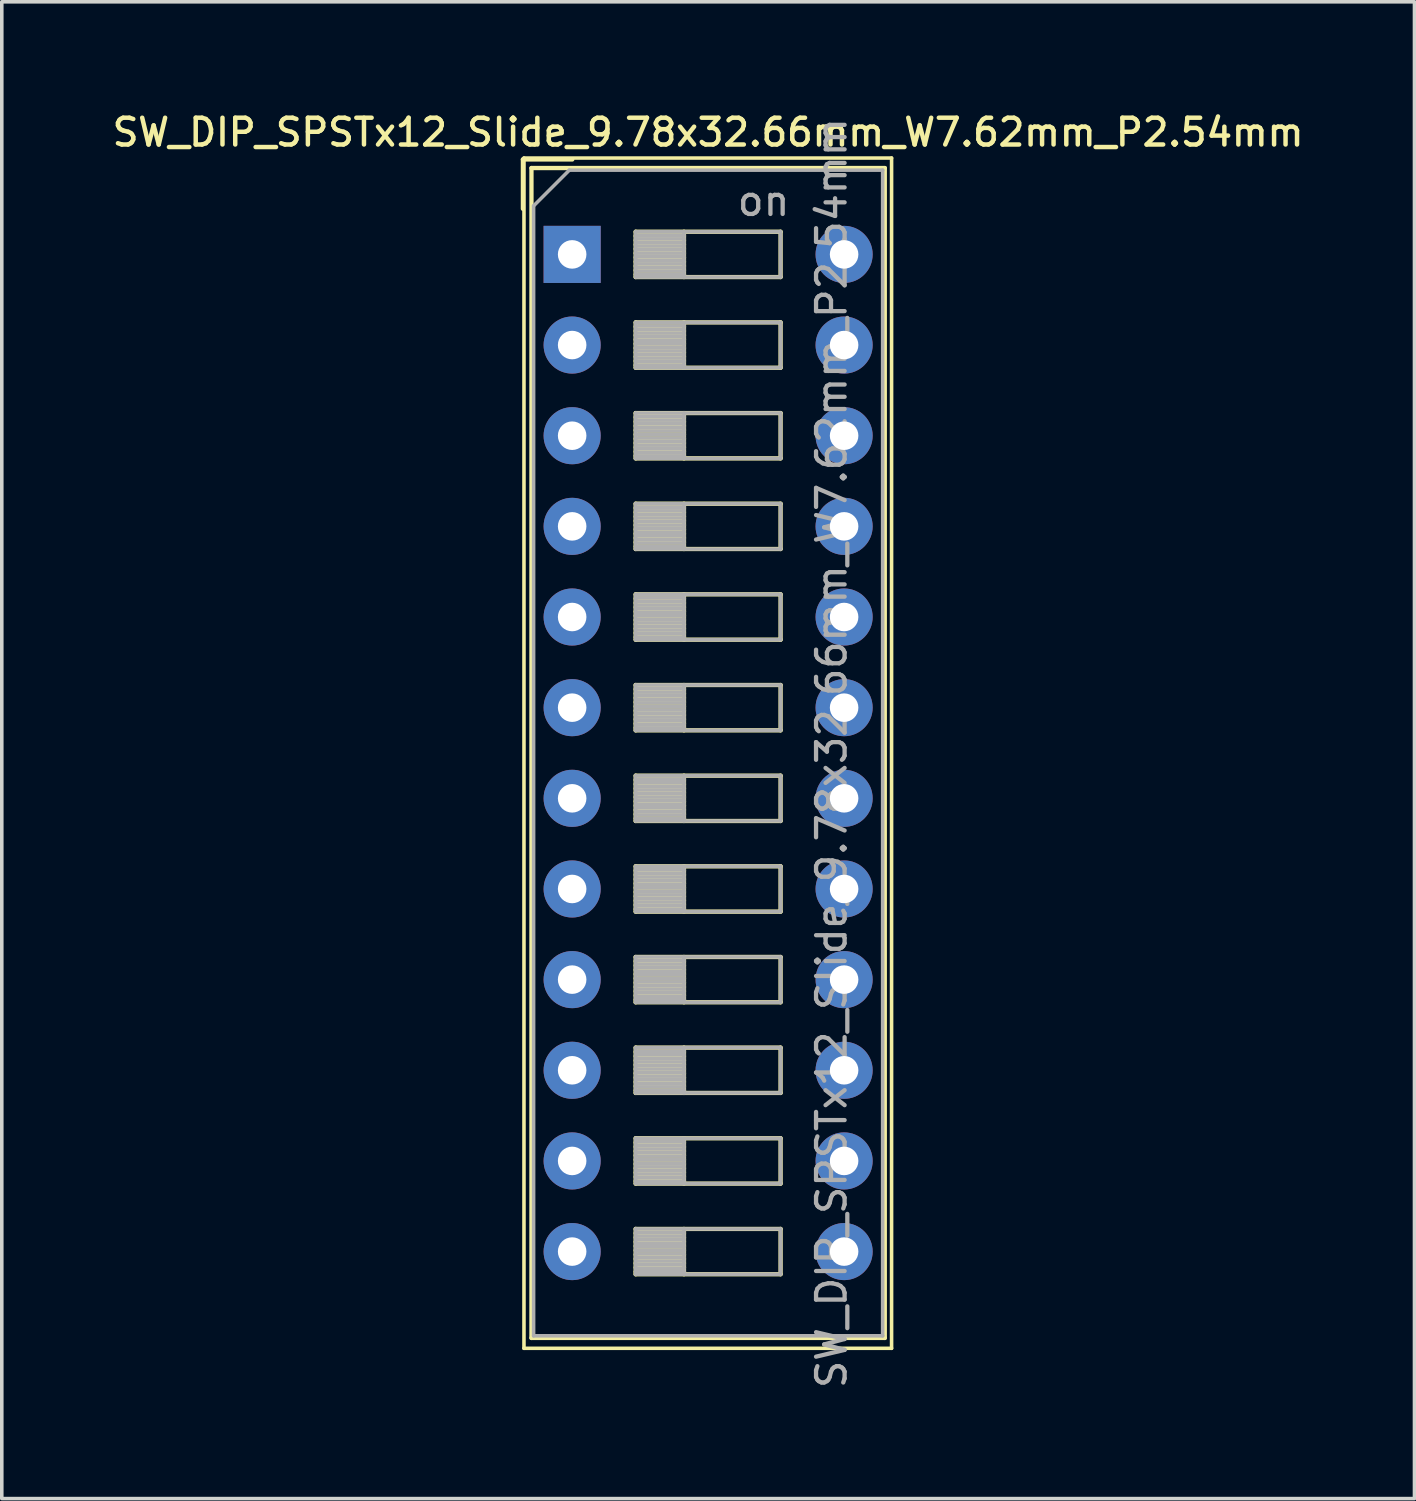
<source format=kicad_pcb>
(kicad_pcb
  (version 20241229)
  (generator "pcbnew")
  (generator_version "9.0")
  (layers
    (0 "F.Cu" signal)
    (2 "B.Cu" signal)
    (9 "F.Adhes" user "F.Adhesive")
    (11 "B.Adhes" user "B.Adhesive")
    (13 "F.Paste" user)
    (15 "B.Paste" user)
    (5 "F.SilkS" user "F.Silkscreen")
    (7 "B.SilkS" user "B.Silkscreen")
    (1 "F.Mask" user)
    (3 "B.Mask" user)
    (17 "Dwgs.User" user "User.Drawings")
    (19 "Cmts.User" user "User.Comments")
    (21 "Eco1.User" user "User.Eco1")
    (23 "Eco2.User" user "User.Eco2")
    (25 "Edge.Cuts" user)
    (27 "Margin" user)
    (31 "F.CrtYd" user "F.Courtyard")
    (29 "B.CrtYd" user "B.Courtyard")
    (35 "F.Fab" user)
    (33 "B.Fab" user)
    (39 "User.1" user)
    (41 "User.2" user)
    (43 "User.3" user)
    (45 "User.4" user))
  (footprint "SW_DIP_SPSTx12_Slide_9.78x32.66mm_W7.62mm_P2.54mm"
    (layer "F.Cu")
    (at 12.981 4.078)
    (property "Reference" "SW_DIP_SPSTx12_Slide_9.78x32.66mm_W7.62mm_P2.54mm" (at 3.81 -3.42 0) (layer "F.SilkS") (effects (font (size 0.75 0.75) (thickness 0.125))))
    (attr through_hole)
    (fp_line (start -1.38 -2.66) (end -1.38 -1.277) (stroke (width 0.12) (type solid)) (layer "F.SilkS"))
    (fp_line (start -1.38 -2.66) (end 0.004 -2.66) (stroke (width 0.12) (type solid)) (layer "F.SilkS"))
    (fp_line (start -1.35 -2.7) (end -1.35 30.65) (stroke (width 0.1) (type solid)) (layer "F.SilkS"))
    (fp_line (start -1.35 30.65) (end 8.95 30.65) (stroke (width 0.1) (type solid)) (layer "F.SilkS"))
    (fp_line (start -1.14 -2.42) (end -1.14 30.36) (stroke (width 0.12) (type solid)) (layer "F.SilkS"))
    (fp_line (start -1.14 -2.42) (end 8.76 -2.42) (stroke (width 0.12) (type solid)) (layer "F.SilkS"))
    (fp_line (start -1.14 30.36) (end 8.76 30.36) (stroke (width 0.12) (type solid)) (layer "F.SilkS"))
    (fp_line (start 1.78 -0.635) (end 1.78 0.635) (stroke (width 0.12) (type solid)) (layer "F.SilkS"))
    (fp_line (start 1.78 -0.515) (end 3.133 -0.515) (stroke (width 0.12) (type solid)) (layer "F.SilkS"))
    (fp_line (start 1.78 -0.395) (end 3.133 -0.395) (stroke (width 0.12) (type solid)) (layer "F.SilkS"))
    (fp_line (start 1.78 -0.275) (end 3.133 -0.275) (stroke (width 0.12) (type solid)) (layer "F.SilkS"))
    (fp_line (start 1.78 -0.155) (end 3.133 -0.155) (stroke (width 0.12) (type solid)) (layer "F.SilkS"))
    (fp_line (start 1.78 -0.035) (end 3.133 -0.035) (stroke (width 0.12) (type solid)) (layer "F.SilkS"))
    (fp_line (start 1.78 0.085) (end 3.133 0.085) (stroke (width 0.12) (type solid)) (layer "F.SilkS"))
    (fp_line (start 1.78 0.205) (end 3.133 0.205) (stroke (width 0.12) (type solid)) (layer "F.SilkS"))
    (fp_line (start 1.78 0.325) (end 3.133 0.325) (stroke (width 0.12) (type solid)) (layer "F.SilkS"))
    (fp_line (start 1.78 0.445) (end 3.133 0.445) (stroke (width 0.12) (type solid)) (layer "F.SilkS"))
    (fp_line (start 1.78 0.565) (end 3.133 0.565) (stroke (width 0.12) (type solid)) (layer "F.SilkS"))
    (fp_line (start 1.78 0.635) (end 5.84 0.635) (stroke (width 0.12) (type solid)) (layer "F.SilkS"))
    (fp_line (start 1.78 1.905) (end 1.78 3.175) (stroke (width 0.12) (type solid)) (layer "F.SilkS"))
    (fp_line (start 1.78 2.025) (end 3.133 2.025) (stroke (width 0.12) (type solid)) (layer "F.SilkS"))
    (fp_line (start 1.78 2.145) (end 3.133 2.145) (stroke (width 0.12) (type solid)) (layer "F.SilkS"))
    (fp_line (start 1.78 2.265) (end 3.133 2.265) (stroke (width 0.12) (type solid)) (layer "F.SilkS"))
    (fp_line (start 1.78 2.385) (end 3.133 2.385) (stroke (width 0.12) (type solid)) (layer "F.SilkS"))
    (fp_line (start 1.78 2.505) (end 3.133 2.505) (stroke (width 0.12) (type solid)) (layer "F.SilkS"))
    (fp_line (start 1.78 2.625) (end 3.133 2.625) (stroke (width 0.12) (type solid)) (layer "F.SilkS"))
    (fp_line (start 1.78 2.745) (end 3.133 2.745) (stroke (width 0.12) (type solid)) (layer "F.SilkS"))
    (fp_line (start 1.78 2.865) (end 3.133 2.865) (stroke (width 0.12) (type solid)) (layer "F.SilkS"))
    (fp_line (start 1.78 2.985) (end 3.133 2.985) (stroke (width 0.12) (type solid)) (layer "F.SilkS"))
    (fp_line (start 1.78 3.105) (end 3.133 3.105) (stroke (width 0.12) (type solid)) (layer "F.SilkS"))
    (fp_line (start 1.78 3.175) (end 5.84 3.175) (stroke (width 0.12) (type solid)) (layer "F.SilkS"))
    (fp_line (start 1.78 4.445) (end 1.78 5.715) (stroke (width 0.12) (type solid)) (layer "F.SilkS"))
    (fp_line (start 1.78 4.565) (end 3.133 4.565) (stroke (width 0.12) (type solid)) (layer "F.SilkS"))
    (fp_line (start 1.78 4.685) (end 3.133 4.685) (stroke (width 0.12) (type solid)) (layer "F.SilkS"))
    (fp_line (start 1.78 4.805) (end 3.133 4.805) (stroke (width 0.12) (type solid)) (layer "F.SilkS"))
    (fp_line (start 1.78 4.925) (end 3.133 4.925) (stroke (width 0.12) (type solid)) (layer "F.SilkS"))
    (fp_line (start 1.78 5.045) (end 3.133 5.045) (stroke (width 0.12) (type solid)) (layer "F.SilkS"))
    (fp_line (start 1.78 5.165) (end 3.133 5.165) (stroke (width 0.12) (type solid)) (layer "F.SilkS"))
    (fp_line (start 1.78 5.285) (end 3.133 5.285) (stroke (width 0.12) (type solid)) (layer "F.SilkS"))
    (fp_line (start 1.78 5.405) (end 3.133 5.405) (stroke (width 0.12) (type solid)) (layer "F.SilkS"))
    (fp_line (start 1.78 5.525) (end 3.133 5.525) (stroke (width 0.12) (type solid)) (layer "F.SilkS"))
    (fp_line (start 1.78 5.645) (end 3.133 5.645) (stroke (width 0.12) (type solid)) (layer "F.SilkS"))
    (fp_line (start 1.78 5.715) (end 5.84 5.715) (stroke (width 0.12) (type solid)) (layer "F.SilkS"))
    (fp_line (start 1.78 6.985) (end 1.78 8.255) (stroke (width 0.12) (type solid)) (layer "F.SilkS"))
    (fp_line (start 1.78 7.105) (end 3.133 7.105) (stroke (width 0.12) (type solid)) (layer "F.SilkS"))
    (fp_line (start 1.78 7.225) (end 3.133 7.225) (stroke (width 0.12) (type solid)) (layer "F.SilkS"))
    (fp_line (start 1.78 7.345) (end 3.133 7.345) (stroke (width 0.12) (type solid)) (layer "F.SilkS"))
    (fp_line (start 1.78 7.465) (end 3.133 7.465) (stroke (width 0.12) (type solid)) (layer "F.SilkS"))
    (fp_line (start 1.78 7.585) (end 3.133 7.585) (stroke (width 0.12) (type solid)) (layer "F.SilkS"))
    (fp_line (start 1.78 7.705) (end 3.133 7.705) (stroke (width 0.12) (type solid)) (layer "F.SilkS"))
    (fp_line (start 1.78 7.825) (end 3.133 7.825) (stroke (width 0.12) (type solid)) (layer "F.SilkS"))
    (fp_line (start 1.78 7.945) (end 3.133 7.945) (stroke (width 0.12) (type solid)) (layer "F.SilkS"))
    (fp_line (start 1.78 8.065) (end 3.133 8.065) (stroke (width 0.12) (type solid)) (layer "F.SilkS"))
    (fp_line (start 1.78 8.185) (end 3.133 8.185) (stroke (width 0.12) (type solid)) (layer "F.SilkS"))
    (fp_line (start 1.78 8.255) (end 5.84 8.255) (stroke (width 0.12) (type solid)) (layer "F.SilkS"))
    (fp_line (start 1.78 9.525) (end 1.78 10.795) (stroke (width 0.12) (type solid)) (layer "F.SilkS"))
    (fp_line (start 1.78 9.645) (end 3.133 9.645) (stroke (width 0.12) (type solid)) (layer "F.SilkS"))
    (fp_line (start 1.78 9.765) (end 3.133 9.765) (stroke (width 0.12) (type solid)) (layer "F.SilkS"))
    (fp_line (start 1.78 9.885) (end 3.133 9.885) (stroke (width 0.12) (type solid)) (layer "F.SilkS"))
    (fp_line (start 1.78 10.005) (end 3.133 10.005) (stroke (width 0.12) (type solid)) (layer "F.SilkS"))
    (fp_line (start 1.78 10.125) (end 3.133 10.125) (stroke (width 0.12) (type solid)) (layer "F.SilkS"))
    (fp_line (start 1.78 10.245) (end 3.133 10.245) (stroke (width 0.12) (type solid)) (layer "F.SilkS"))
    (fp_line (start 1.78 10.365) (end 3.133 10.365) (stroke (width 0.12) (type solid)) (layer "F.SilkS"))
    (fp_line (start 1.78 10.485) (end 3.133 10.485) (stroke (width 0.12) (type solid)) (layer "F.SilkS"))
    (fp_line (start 1.78 10.605) (end 3.133 10.605) (stroke (width 0.12) (type solid)) (layer "F.SilkS"))
    (fp_line (start 1.78 10.725) (end 3.133 10.725) (stroke (width 0.12) (type solid)) (layer "F.SilkS"))
    (fp_line (start 1.78 10.795) (end 5.84 10.795) (stroke (width 0.12) (type solid)) (layer "F.SilkS"))
    (fp_line (start 1.78 12.065) (end 1.78 13.335) (stroke (width 0.12) (type solid)) (layer "F.SilkS"))
    (fp_line (start 1.78 12.185) (end 3.133 12.185) (stroke (width 0.12) (type solid)) (layer "F.SilkS"))
    (fp_line (start 1.78 12.305) (end 3.133 12.305) (stroke (width 0.12) (type solid)) (layer "F.SilkS"))
    (fp_line (start 1.78 12.425) (end 3.133 12.425) (stroke (width 0.12) (type solid)) (layer "F.SilkS"))
    (fp_line (start 1.78 12.545) (end 3.133 12.545) (stroke (width 0.12) (type solid)) (layer "F.SilkS"))
    (fp_line (start 1.78 12.665) (end 3.133 12.665) (stroke (width 0.12) (type solid)) (layer "F.SilkS"))
    (fp_line (start 1.78 12.785) (end 3.133 12.785) (stroke (width 0.12) (type solid)) (layer "F.SilkS"))
    (fp_line (start 1.78 12.905) (end 3.133 12.905) (stroke (width 0.12) (type solid)) (layer "F.SilkS"))
    (fp_line (start 1.78 13.025) (end 3.133 13.025) (stroke (width 0.12) (type solid)) (layer "F.SilkS"))
    (fp_line (start 1.78 13.145) (end 3.133 13.145) (stroke (width 0.12) (type solid)) (layer "F.SilkS"))
    (fp_line (start 1.78 13.265) (end 3.133 13.265) (stroke (width 0.12) (type solid)) (layer "F.SilkS"))
    (fp_line (start 1.78 13.335) (end 5.84 13.335) (stroke (width 0.12) (type solid)) (layer "F.SilkS"))
    (fp_line (start 1.78 14.605) (end 1.78 15.875) (stroke (width 0.12) (type solid)) (layer "F.SilkS"))
    (fp_line (start 1.78 14.725) (end 3.133 14.725) (stroke (width 0.12) (type solid)) (layer "F.SilkS"))
    (fp_line (start 1.78 14.845) (end 3.133 14.845) (stroke (width 0.12) (type solid)) (layer "F.SilkS"))
    (fp_line (start 1.78 14.965) (end 3.133 14.965) (stroke (width 0.12) (type solid)) (layer "F.SilkS"))
    (fp_line (start 1.78 15.085) (end 3.133 15.085) (stroke (width 0.12) (type solid)) (layer "F.SilkS"))
    (fp_line (start 1.78 15.205) (end 3.133 15.205) (stroke (width 0.12) (type solid)) (layer "F.SilkS"))
    (fp_line (start 1.78 15.325) (end 3.133 15.325) (stroke (width 0.12) (type solid)) (layer "F.SilkS"))
    (fp_line (start 1.78 15.445) (end 3.133 15.445) (stroke (width 0.12) (type solid)) (layer "F.SilkS"))
    (fp_line (start 1.78 15.565) (end 3.133 15.565) (stroke (width 0.12) (type solid)) (layer "F.SilkS"))
    (fp_line (start 1.78 15.685) (end 3.133 15.685) (stroke (width 0.12) (type solid)) (layer "F.SilkS"))
    (fp_line (start 1.78 15.805) (end 3.133 15.805) (stroke (width 0.12) (type solid)) (layer "F.SilkS"))
    (fp_line (start 1.78 15.875) (end 5.84 15.875) (stroke (width 0.12) (type solid)) (layer "F.SilkS"))
    (fp_line (start 1.78 17.145) (end 1.78 18.415) (stroke (width 0.12) (type solid)) (layer "F.SilkS"))
    (fp_line (start 1.78 17.265) (end 3.133 17.265) (stroke (width 0.12) (type solid)) (layer "F.SilkS"))
    (fp_line (start 1.78 17.385) (end 3.133 17.385) (stroke (width 0.12) (type solid)) (layer "F.SilkS"))
    (fp_line (start 1.78 17.505) (end 3.133 17.505) (stroke (width 0.12) (type solid)) (layer "F.SilkS"))
    (fp_line (start 1.78 17.625) (end 3.133 17.625) (stroke (width 0.12) (type solid)) (layer "F.SilkS"))
    (fp_line (start 1.78 17.745) (end 3.133 17.745) (stroke (width 0.12) (type solid)) (layer "F.SilkS"))
    (fp_line (start 1.78 17.865) (end 3.133 17.865) (stroke (width 0.12) (type solid)) (layer "F.SilkS"))
    (fp_line (start 1.78 17.985) (end 3.133 17.985) (stroke (width 0.12) (type solid)) (layer "F.SilkS"))
    (fp_line (start 1.78 18.105) (end 3.133 18.105) (stroke (width 0.12) (type solid)) (layer "F.SilkS"))
    (fp_line (start 1.78 18.225) (end 3.133 18.225) (stroke (width 0.12) (type solid)) (layer "F.SilkS"))
    (fp_line (start 1.78 18.345) (end 3.133 18.345) (stroke (width 0.12) (type solid)) (layer "F.SilkS"))
    (fp_line (start 1.78 18.415) (end 5.84 18.415) (stroke (width 0.12) (type solid)) (layer "F.SilkS"))
    (fp_line (start 1.78 19.685) (end 1.78 20.955) (stroke (width 0.12) (type solid)) (layer "F.SilkS"))
    (fp_line (start 1.78 19.805) (end 3.133 19.805) (stroke (width 0.12) (type solid)) (layer "F.SilkS"))
    (fp_line (start 1.78 19.925) (end 3.133 19.925) (stroke (width 0.12) (type solid)) (layer "F.SilkS"))
    (fp_line (start 1.78 20.045) (end 3.133 20.045) (stroke (width 0.12) (type solid)) (layer "F.SilkS"))
    (fp_line (start 1.78 20.165) (end 3.133 20.165) (stroke (width 0.12) (type solid)) (layer "F.SilkS"))
    (fp_line (start 1.78 20.285) (end 3.133 20.285) (stroke (width 0.12) (type solid)) (layer "F.SilkS"))
    (fp_line (start 1.78 20.405) (end 3.133 20.405) (stroke (width 0.12) (type solid)) (layer "F.SilkS"))
    (fp_line (start 1.78 20.525) (end 3.133 20.525) (stroke (width 0.12) (type solid)) (layer "F.SilkS"))
    (fp_line (start 1.78 20.645) (end 3.133 20.645) (stroke (width 0.12) (type solid)) (layer "F.SilkS"))
    (fp_line (start 1.78 20.765) (end 3.133 20.765) (stroke (width 0.12) (type solid)) (layer "F.SilkS"))
    (fp_line (start 1.78 20.885) (end 3.133 20.885) (stroke (width 0.12) (type solid)) (layer "F.SilkS"))
    (fp_line (start 1.78 20.955) (end 5.84 20.955) (stroke (width 0.12) (type solid)) (layer "F.SilkS"))
    (fp_line (start 1.78 22.225) (end 1.78 23.495) (stroke (width 0.12) (type solid)) (layer "F.SilkS"))
    (fp_line (start 1.78 22.345) (end 3.133 22.345) (stroke (width 0.12) (type solid)) (layer "F.SilkS"))
    (fp_line (start 1.78 22.465) (end 3.133 22.465) (stroke (width 0.12) (type solid)) (layer "F.SilkS"))
    (fp_line (start 1.78 22.585) (end 3.133 22.585) (stroke (width 0.12) (type solid)) (layer "F.SilkS"))
    (fp_line (start 1.78 22.705) (end 3.133 22.705) (stroke (width 0.12) (type solid)) (layer "F.SilkS"))
    (fp_line (start 1.78 22.825) (end 3.133 22.825) (stroke (width 0.12) (type solid)) (layer "F.SilkS"))
    (fp_line (start 1.78 22.945) (end 3.133 22.945) (stroke (width 0.12) (type solid)) (layer "F.SilkS"))
    (fp_line (start 1.78 23.065) (end 3.133 23.065) (stroke (width 0.12) (type solid)) (layer "F.SilkS"))
    (fp_line (start 1.78 23.185) (end 3.133 23.185) (stroke (width 0.12) (type solid)) (layer "F.SilkS"))
    (fp_line (start 1.78 23.305) (end 3.133 23.305) (stroke (width 0.12) (type solid)) (layer "F.SilkS"))
    (fp_line (start 1.78 23.425) (end 3.133 23.425) (stroke (width 0.12) (type solid)) (layer "F.SilkS"))
    (fp_line (start 1.78 23.495) (end 5.84 23.495) (stroke (width 0.12) (type solid)) (layer "F.SilkS"))
    (fp_line (start 1.78 24.765) (end 1.78 26.035) (stroke (width 0.12) (type solid)) (layer "F.SilkS"))
    (fp_line (start 1.78 24.885) (end 3.133 24.885) (stroke (width 0.12) (type solid)) (layer "F.SilkS"))
    (fp_line (start 1.78 25.005) (end 3.133 25.005) (stroke (width 0.12) (type solid)) (layer "F.SilkS"))
    (fp_line (start 1.78 25.125) (end 3.133 25.125) (stroke (width 0.12) (type solid)) (layer "F.SilkS"))
    (fp_line (start 1.78 25.245) (end 3.133 25.245) (stroke (width 0.12) (type solid)) (layer "F.SilkS"))
    (fp_line (start 1.78 25.365) (end 3.133 25.365) (stroke (width 0.12) (type solid)) (layer "F.SilkS"))
    (fp_line (start 1.78 25.485) (end 3.133 25.485) (stroke (width 0.12) (type solid)) (layer "F.SilkS"))
    (fp_line (start 1.78 25.605) (end 3.133 25.605) (stroke (width 0.12) (type solid)) (layer "F.SilkS"))
    (fp_line (start 1.78 25.725) (end 3.133 25.725) (stroke (width 0.12) (type solid)) (layer "F.SilkS"))
    (fp_line (start 1.78 25.845) (end 3.133 25.845) (stroke (width 0.12) (type solid)) (layer "F.SilkS"))
    (fp_line (start 1.78 25.965) (end 3.133 25.965) (stroke (width 0.12) (type solid)) (layer "F.SilkS"))
    (fp_line (start 1.78 26.035) (end 5.84 26.035) (stroke (width 0.12) (type solid)) (layer "F.SilkS"))
    (fp_line (start 1.78 27.305) (end 1.78 28.575) (stroke (width 0.12) (type solid)) (layer "F.SilkS"))
    (fp_line (start 1.78 27.425) (end 3.133 27.425) (stroke (width 0.12) (type solid)) (layer "F.SilkS"))
    (fp_line (start 1.78 27.545) (end 3.133 27.545) (stroke (width 0.12) (type solid)) (layer "F.SilkS"))
    (fp_line (start 1.78 27.665) (end 3.133 27.665) (stroke (width 0.12) (type solid)) (layer "F.SilkS"))
    (fp_line (start 1.78 27.785) (end 3.133 27.785) (stroke (width 0.12) (type solid)) (layer "F.SilkS"))
    (fp_line (start 1.78 27.905) (end 3.133 27.905) (stroke (width 0.12) (type solid)) (layer "F.SilkS"))
    (fp_line (start 1.78 28.025) (end 3.133 28.025) (stroke (width 0.12) (type solid)) (layer "F.SilkS"))
    (fp_line (start 1.78 28.145) (end 3.133 28.145) (stroke (width 0.12) (type solid)) (layer "F.SilkS"))
    (fp_line (start 1.78 28.265) (end 3.133 28.265) (stroke (width 0.12) (type solid)) (layer "F.SilkS"))
    (fp_line (start 1.78 28.385) (end 3.133 28.385) (stroke (width 0.12) (type solid)) (layer "F.SilkS"))
    (fp_line (start 1.78 28.505) (end 3.133 28.505) (stroke (width 0.12) (type solid)) (layer "F.SilkS"))
    (fp_line (start 1.78 28.575) (end 5.84 28.575) (stroke (width 0.12) (type solid)) (layer "F.SilkS"))
    (fp_line (start 3.133 -0.635) (end 3.133 0.635) (stroke (width 0.12) (type solid)) (layer "F.SilkS"))
    (fp_line (start 3.133 1.905) (end 3.133 3.175) (stroke (width 0.12) (type solid)) (layer "F.SilkS"))
    (fp_line (start 3.133 4.445) (end 3.133 5.715) (stroke (width 0.12) (type solid)) (layer "F.SilkS"))
    (fp_line (start 3.133 6.985) (end 3.133 8.255) (stroke (width 0.12) (type solid)) (layer "F.SilkS"))
    (fp_line (start 3.133 9.525) (end 3.133 10.795) (stroke (width 0.12) (type solid)) (layer "F.SilkS"))
    (fp_line (start 3.133 12.065) (end 3.133 13.335) (stroke (width 0.12) (type solid)) (layer "F.SilkS"))
    (fp_line (start 3.133 14.605) (end 3.133 15.875) (stroke (width 0.12) (type solid)) (layer "F.SilkS"))
    (fp_line (start 3.133 17.145) (end 3.133 18.415) (stroke (width 0.12) (type solid)) (layer "F.SilkS"))
    (fp_line (start 3.133 19.685) (end 3.133 20.955) (stroke (width 0.12) (type solid)) (layer "F.SilkS"))
    (fp_line (start 3.133 22.225) (end 3.133 23.495) (stroke (width 0.12) (type solid)) (layer "F.SilkS"))
    (fp_line (start 3.133 24.765) (end 3.133 26.035) (stroke (width 0.12) (type solid)) (layer "F.SilkS"))
    (fp_line (start 3.133 27.305) (end 3.133 28.575) (stroke (width 0.12) (type solid)) (layer "F.SilkS"))
    (fp_line (start 5.84 -0.635) (end 1.78 -0.635) (stroke (width 0.12) (type solid)) (layer "F.SilkS"))
    (fp_line (start 5.84 0.635) (end 5.84 -0.635) (stroke (width 0.12) (type solid)) (layer "F.SilkS"))
    (fp_line (start 5.84 1.905) (end 1.78 1.905) (stroke (width 0.12) (type solid)) (layer "F.SilkS"))
    (fp_line (start 5.84 3.175) (end 5.84 1.905) (stroke (width 0.12) (type solid)) (layer "F.SilkS"))
    (fp_line (start 5.84 4.445) (end 1.78 4.445) (stroke (width 0.12) (type solid)) (layer "F.SilkS"))
    (fp_line (start 5.84 5.715) (end 5.84 4.445) (stroke (width 0.12) (type solid)) (layer "F.SilkS"))
    (fp_line (start 5.84 6.985) (end 1.78 6.985) (stroke (width 0.12) (type solid)) (layer "F.SilkS"))
    (fp_line (start 5.84 8.255) (end 5.84 6.985) (stroke (width 0.12) (type solid)) (layer "F.SilkS"))
    (fp_line (start 5.84 9.525) (end 1.78 9.525) (stroke (width 0.12) (type solid)) (layer "F.SilkS"))
    (fp_line (start 5.84 10.795) (end 5.84 9.525) (stroke (width 0.12) (type solid)) (layer "F.SilkS"))
    (fp_line (start 5.84 12.065) (end 1.78 12.065) (stroke (width 0.12) (type solid)) (layer "F.SilkS"))
    (fp_line (start 5.84 13.335) (end 5.84 12.065) (stroke (width 0.12) (type solid)) (layer "F.SilkS"))
    (fp_line (start 5.84 14.605) (end 1.78 14.605) (stroke (width 0.12) (type solid)) (layer "F.SilkS"))
    (fp_line (start 5.84 15.875) (end 5.84 14.605) (stroke (width 0.12) (type solid)) (layer "F.SilkS"))
    (fp_line (start 5.84 17.145) (end 1.78 17.145) (stroke (width 0.12) (type solid)) (layer "F.SilkS"))
    (fp_line (start 5.84 18.415) (end 5.84 17.145) (stroke (width 0.12) (type solid)) (layer "F.SilkS"))
    (fp_line (start 5.84 19.685) (end 1.78 19.685) (stroke (width 0.12) (type solid)) (layer "F.SilkS"))
    (fp_line (start 5.84 20.955) (end 5.84 19.685) (stroke (width 0.12) (type solid)) (layer "F.SilkS"))
    (fp_line (start 5.84 22.225) (end 1.78 22.225) (stroke (width 0.12) (type solid)) (layer "F.SilkS"))
    (fp_line (start 5.84 23.495) (end 5.84 22.225) (stroke (width 0.12) (type solid)) (layer "F.SilkS"))
    (fp_line (start 5.84 24.765) (end 1.78 24.765) (stroke (width 0.12) (type solid)) (layer "F.SilkS"))
    (fp_line (start 5.84 26.035) (end 5.84 24.765) (stroke (width 0.12) (type solid)) (layer "F.SilkS"))
    (fp_line (start 5.84 27.305) (end 1.78 27.305) (stroke (width 0.12) (type solid)) (layer "F.SilkS"))
    (fp_line (start 5.84 28.575) (end 5.84 27.305) (stroke (width 0.12) (type solid)) (layer "F.SilkS"))
    (fp_line (start 8.76 -2.42) (end 8.76 30.36) (stroke (width 0.12) (type solid)) (layer "F.SilkS"))
    (fp_line (start 8.95 -2.7) (end -1.35 -2.7) (stroke (width 0.1) (type solid)) (layer "F.SilkS"))
    (fp_line (start 8.95 30.65) (end 8.95 -2.7) (stroke (width 0.1) (type solid)) (layer "F.SilkS"))
    (fp_line (start -1.08 -1.36) (end -0.08 -2.36) (stroke (width 0.1) (type solid)) (layer "F.Fab"))
    (fp_line (start -1.08 30.3) (end -1.08 -1.36) (stroke (width 0.1) (type solid)) (layer "F.Fab"))
    (fp_line (start -0.08 -2.36) (end 8.7 -2.36) (stroke (width 0.1) (type solid)) (layer "F.Fab"))
    (fp_line (start 1.78 -0.635) (end 1.78 0.635) (stroke (width 0.1) (type solid)) (layer "F.Fab"))
    (fp_line (start 1.78 -0.535) (end 3.133 -0.535) (stroke (width 0.1) (type solid)) (layer "F.Fab"))
    (fp_line (start 1.78 -0.435) (end 3.133 -0.435) (stroke (width 0.1) (type solid)) (layer "F.Fab"))
    (fp_line (start 1.78 -0.335) (end 3.133 -0.335) (stroke (width 0.1) (type solid)) (layer "F.Fab"))
    (fp_line (start 1.78 -0.235) (end 3.133 -0.235) (stroke (width 0.1) (type solid)) (layer "F.Fab"))
    (fp_line (start 1.78 -0.135) (end 3.133 -0.135) (stroke (width 0.1) (type solid)) (layer "F.Fab"))
    (fp_line (start 1.78 -0.035) (end 3.133 -0.035) (stroke (width 0.1) (type solid)) (layer "F.Fab"))
    (fp_line (start 1.78 0.065) (end 3.133 0.065) (stroke (width 0.1) (type solid)) (layer "F.Fab"))
    (fp_line (start 1.78 0.165) (end 3.133 0.165) (stroke (width 0.1) (type solid)) (layer "F.Fab"))
    (fp_line (start 1.78 0.265) (end 3.133 0.265) (stroke (width 0.1) (type solid)) (layer "F.Fab"))
    (fp_line (start 1.78 0.365) (end 3.133 0.365) (stroke (width 0.1) (type solid)) (layer "F.Fab"))
    (fp_line (start 1.78 0.465) (end 3.133 0.465) (stroke (width 0.1) (type solid)) (layer "F.Fab"))
    (fp_line (start 1.78 0.565) (end 3.133 0.565) (stroke (width 0.1) (type solid)) (layer "F.Fab"))
    (fp_line (start 1.78 0.635) (end 5.84 0.635) (stroke (width 0.1) (type solid)) (layer "F.Fab"))
    (fp_line (start 1.78 1.905) (end 1.78 3.175) (stroke (width 0.1) (type solid)) (layer "F.Fab"))
    (fp_line (start 1.78 2.005) (end 3.133 2.005) (stroke (width 0.1) (type solid)) (layer "F.Fab"))
    (fp_line (start 1.78 2.105) (end 3.133 2.105) (stroke (width 0.1) (type solid)) (layer "F.Fab"))
    (fp_line (start 1.78 2.205) (end 3.133 2.205) (stroke (width 0.1) (type solid)) (layer "F.Fab"))
    (fp_line (start 1.78 2.305) (end 3.133 2.305) (stroke (width 0.1) (type solid)) (layer "F.Fab"))
    (fp_line (start 1.78 2.405) (end 3.133 2.405) (stroke (width 0.1) (type solid)) (layer "F.Fab"))
    (fp_line (start 1.78 2.505) (end 3.133 2.505) (stroke (width 0.1) (type solid)) (layer "F.Fab"))
    (fp_line (start 1.78 2.605) (end 3.133 2.605) (stroke (width 0.1) (type solid)) (layer "F.Fab"))
    (fp_line (start 1.78 2.705) (end 3.133 2.705) (stroke (width 0.1) (type solid)) (layer "F.Fab"))
    (fp_line (start 1.78 2.805) (end 3.133 2.805) (stroke (width 0.1) (type solid)) (layer "F.Fab"))
    (fp_line (start 1.78 2.905) (end 3.133 2.905) (stroke (width 0.1) (type solid)) (layer "F.Fab"))
    (fp_line (start 1.78 3.005) (end 3.133 3.005) (stroke (width 0.1) (type solid)) (layer "F.Fab"))
    (fp_line (start 1.78 3.105) (end 3.133 3.105) (stroke (width 0.1) (type solid)) (layer "F.Fab"))
    (fp_line (start 1.78 3.175) (end 5.84 3.175) (stroke (width 0.1) (type solid)) (layer "F.Fab"))
    (fp_line (start 1.78 4.445) (end 1.78 5.715) (stroke (width 0.1) (type solid)) (layer "F.Fab"))
    (fp_line (start 1.78 4.545) (end 3.133 4.545) (stroke (width 0.1) (type solid)) (layer "F.Fab"))
    (fp_line (start 1.78 4.645) (end 3.133 4.645) (stroke (width 0.1) (type solid)) (layer "F.Fab"))
    (fp_line (start 1.78 4.745) (end 3.133 4.745) (stroke (width 0.1) (type solid)) (layer "F.Fab"))
    (fp_line (start 1.78 4.845) (end 3.133 4.845) (stroke (width 0.1) (type solid)) (layer "F.Fab"))
    (fp_line (start 1.78 4.945) (end 3.133 4.945) (stroke (width 0.1) (type solid)) (layer "F.Fab"))
    (fp_line (start 1.78 5.045) (end 3.133 5.045) (stroke (width 0.1) (type solid)) (layer "F.Fab"))
    (fp_line (start 1.78 5.145) (end 3.133 5.145) (stroke (width 0.1) (type solid)) (layer "F.Fab"))
    (fp_line (start 1.78 5.245) (end 3.133 5.245) (stroke (width 0.1) (type solid)) (layer "F.Fab"))
    (fp_line (start 1.78 5.345) (end 3.133 5.345) (stroke (width 0.1) (type solid)) (layer "F.Fab"))
    (fp_line (start 1.78 5.445) (end 3.133 5.445) (stroke (width 0.1) (type solid)) (layer "F.Fab"))
    (fp_line (start 1.78 5.545) (end 3.133 5.545) (stroke (width 0.1) (type solid)) (layer "F.Fab"))
    (fp_line (start 1.78 5.645) (end 3.133 5.645) (stroke (width 0.1) (type solid)) (layer "F.Fab"))
    (fp_line (start 1.78 5.715) (end 5.84 5.715) (stroke (width 0.1) (type solid)) (layer "F.Fab"))
    (fp_line (start 1.78 6.985) (end 1.78 8.255) (stroke (width 0.1) (type solid)) (layer "F.Fab"))
    (fp_line (start 1.78 7.085) (end 3.133 7.085) (stroke (width 0.1) (type solid)) (layer "F.Fab"))
    (fp_line (start 1.78 7.185) (end 3.133 7.185) (stroke (width 0.1) (type solid)) (layer "F.Fab"))
    (fp_line (start 1.78 7.285) (end 3.133 7.285) (stroke (width 0.1) (type solid)) (layer "F.Fab"))
    (fp_line (start 1.78 7.385) (end 3.133 7.385) (stroke (width 0.1) (type solid)) (layer "F.Fab"))
    (fp_line (start 1.78 7.485) (end 3.133 7.485) (stroke (width 0.1) (type solid)) (layer "F.Fab"))
    (fp_line (start 1.78 7.585) (end 3.133 7.585) (stroke (width 0.1) (type solid)) (layer "F.Fab"))
    (fp_line (start 1.78 7.685) (end 3.133 7.685) (stroke (width 0.1) (type solid)) (layer "F.Fab"))
    (fp_line (start 1.78 7.785) (end 3.133 7.785) (stroke (width 0.1) (type solid)) (layer "F.Fab"))
    (fp_line (start 1.78 7.885) (end 3.133 7.885) (stroke (width 0.1) (type solid)) (layer "F.Fab"))
    (fp_line (start 1.78 7.985) (end 3.133 7.985) (stroke (width 0.1) (type solid)) (layer "F.Fab"))
    (fp_line (start 1.78 8.085) (end 3.133 8.085) (stroke (width 0.1) (type solid)) (layer "F.Fab"))
    (fp_line (start 1.78 8.185) (end 3.133 8.185) (stroke (width 0.1) (type solid)) (layer "F.Fab"))
    (fp_line (start 1.78 8.255) (end 5.84 8.255) (stroke (width 0.1) (type solid)) (layer "F.Fab"))
    (fp_line (start 1.78 9.525) (end 1.78 10.795) (stroke (width 0.1) (type solid)) (layer "F.Fab"))
    (fp_line (start 1.78 9.625) (end 3.133 9.625) (stroke (width 0.1) (type solid)) (layer "F.Fab"))
    (fp_line (start 1.78 9.725) (end 3.133 9.725) (stroke (width 0.1) (type solid)) (layer "F.Fab"))
    (fp_line (start 1.78 9.825) (end 3.133 9.825) (stroke (width 0.1) (type solid)) (layer "F.Fab"))
    (fp_line (start 1.78 9.925) (end 3.133 9.925) (stroke (width 0.1) (type solid)) (layer "F.Fab"))
    (fp_line (start 1.78 10.025) (end 3.133 10.025) (stroke (width 0.1) (type solid)) (layer "F.Fab"))
    (fp_line (start 1.78 10.125) (end 3.133 10.125) (stroke (width 0.1) (type solid)) (layer "F.Fab"))
    (fp_line (start 1.78 10.225) (end 3.133 10.225) (stroke (width 0.1) (type solid)) (layer "F.Fab"))
    (fp_line (start 1.78 10.325) (end 3.133 10.325) (stroke (width 0.1) (type solid)) (layer "F.Fab"))
    (fp_line (start 1.78 10.425) (end 3.133 10.425) (stroke (width 0.1) (type solid)) (layer "F.Fab"))
    (fp_line (start 1.78 10.525) (end 3.133 10.525) (stroke (width 0.1) (type solid)) (layer "F.Fab"))
    (fp_line (start 1.78 10.625) (end 3.133 10.625) (stroke (width 0.1) (type solid)) (layer "F.Fab"))
    (fp_line (start 1.78 10.725) (end 3.133 10.725) (stroke (width 0.1) (type solid)) (layer "F.Fab"))
    (fp_line (start 1.78 10.795) (end 5.84 10.795) (stroke (width 0.1) (type solid)) (layer "F.Fab"))
    (fp_line (start 1.78 12.065) (end 1.78 13.335) (stroke (width 0.1) (type solid)) (layer "F.Fab"))
    (fp_line (start 1.78 12.165) (end 3.133 12.165) (stroke (width 0.1) (type solid)) (layer "F.Fab"))
    (fp_line (start 1.78 12.265) (end 3.133 12.265) (stroke (width 0.1) (type solid)) (layer "F.Fab"))
    (fp_line (start 1.78 12.365) (end 3.133 12.365) (stroke (width 0.1) (type solid)) (layer "F.Fab"))
    (fp_line (start 1.78 12.465) (end 3.133 12.465) (stroke (width 0.1) (type solid)) (layer "F.Fab"))
    (fp_line (start 1.78 12.565) (end 3.133 12.565) (stroke (width 0.1) (type solid)) (layer "F.Fab"))
    (fp_line (start 1.78 12.665) (end 3.133 12.665) (stroke (width 0.1) (type solid)) (layer "F.Fab"))
    (fp_line (start 1.78 12.765) (end 3.133 12.765) (stroke (width 0.1) (type solid)) (layer "F.Fab"))
    (fp_line (start 1.78 12.865) (end 3.133 12.865) (stroke (width 0.1) (type solid)) (layer "F.Fab"))
    (fp_line (start 1.78 12.965) (end 3.133 12.965) (stroke (width 0.1) (type solid)) (layer "F.Fab"))
    (fp_line (start 1.78 13.065) (end 3.133 13.065) (stroke (width 0.1) (type solid)) (layer "F.Fab"))
    (fp_line (start 1.78 13.165) (end 3.133 13.165) (stroke (width 0.1) (type solid)) (layer "F.Fab"))
    (fp_line (start 1.78 13.265) (end 3.133 13.265) (stroke (width 0.1) (type solid)) (layer "F.Fab"))
    (fp_line (start 1.78 13.335) (end 5.84 13.335) (stroke (width 0.1) (type solid)) (layer "F.Fab"))
    (fp_line (start 1.78 14.605) (end 1.78 15.875) (stroke (width 0.1) (type solid)) (layer "F.Fab"))
    (fp_line (start 1.78 14.705) (end 3.133 14.705) (stroke (width 0.1) (type solid)) (layer "F.Fab"))
    (fp_line (start 1.78 14.805) (end 3.133 14.805) (stroke (width 0.1) (type solid)) (layer "F.Fab"))
    (fp_line (start 1.78 14.905) (end 3.133 14.905) (stroke (width 0.1) (type solid)) (layer "F.Fab"))
    (fp_line (start 1.78 15.005) (end 3.133 15.005) (stroke (width 0.1) (type solid)) (layer "F.Fab"))
    (fp_line (start 1.78 15.105) (end 3.133 15.105) (stroke (width 0.1) (type solid)) (layer "F.Fab"))
    (fp_line (start 1.78 15.205) (end 3.133 15.205) (stroke (width 0.1) (type solid)) (layer "F.Fab"))
    (fp_line (start 1.78 15.305) (end 3.133 15.305) (stroke (width 0.1) (type solid)) (layer "F.Fab"))
    (fp_line (start 1.78 15.405) (end 3.133 15.405) (stroke (width 0.1) (type solid)) (layer "F.Fab"))
    (fp_line (start 1.78 15.505) (end 3.133 15.505) (stroke (width 0.1) (type solid)) (layer "F.Fab"))
    (fp_line (start 1.78 15.605) (end 3.133 15.605) (stroke (width 0.1) (type solid)) (layer "F.Fab"))
    (fp_line (start 1.78 15.705) (end 3.133 15.705) (stroke (width 0.1) (type solid)) (layer "F.Fab"))
    (fp_line (start 1.78 15.805) (end 3.133 15.805) (stroke (width 0.1) (type solid)) (layer "F.Fab"))
    (fp_line (start 1.78 15.875) (end 5.84 15.875) (stroke (width 0.1) (type solid)) (layer "F.Fab"))
    (fp_line (start 1.78 17.145) (end 1.78 18.415) (stroke (width 0.1) (type solid)) (layer "F.Fab"))
    (fp_line (start 1.78 17.245) (end 3.133 17.245) (stroke (width 0.1) (type solid)) (layer "F.Fab"))
    (fp_line (start 1.78 17.345) (end 3.133 17.345) (stroke (width 0.1) (type solid)) (layer "F.Fab"))
    (fp_line (start 1.78 17.445) (end 3.133 17.445) (stroke (width 0.1) (type solid)) (layer "F.Fab"))
    (fp_line (start 1.78 17.545) (end 3.133 17.545) (stroke (width 0.1) (type solid)) (layer "F.Fab"))
    (fp_line (start 1.78 17.645) (end 3.133 17.645) (stroke (width 0.1) (type solid)) (layer "F.Fab"))
    (fp_line (start 1.78 17.745) (end 3.133 17.745) (stroke (width 0.1) (type solid)) (layer "F.Fab"))
    (fp_line (start 1.78 17.845) (end 3.133 17.845) (stroke (width 0.1) (type solid)) (layer "F.Fab"))
    (fp_line (start 1.78 17.945) (end 3.133 17.945) (stroke (width 0.1) (type solid)) (layer "F.Fab"))
    (fp_line (start 1.78 18.045) (end 3.133 18.045) (stroke (width 0.1) (type solid)) (layer "F.Fab"))
    (fp_line (start 1.78 18.145) (end 3.133 18.145) (stroke (width 0.1) (type solid)) (layer "F.Fab"))
    (fp_line (start 1.78 18.245) (end 3.133 18.245) (stroke (width 0.1) (type solid)) (layer "F.Fab"))
    (fp_line (start 1.78 18.345) (end 3.133 18.345) (stroke (width 0.1) (type solid)) (layer "F.Fab"))
    (fp_line (start 1.78 18.415) (end 5.84 18.415) (stroke (width 0.1) (type solid)) (layer "F.Fab"))
    (fp_line (start 1.78 19.685) (end 1.78 20.955) (stroke (width 0.1) (type solid)) (layer "F.Fab"))
    (fp_line (start 1.78 19.785) (end 3.133 19.785) (stroke (width 0.1) (type solid)) (layer "F.Fab"))
    (fp_line (start 1.78 19.885) (end 3.133 19.885) (stroke (width 0.1) (type solid)) (layer "F.Fab"))
    (fp_line (start 1.78 19.985) (end 3.133 19.985) (stroke (width 0.1) (type solid)) (layer "F.Fab"))
    (fp_line (start 1.78 20.085) (end 3.133 20.085) (stroke (width 0.1) (type solid)) (layer "F.Fab"))
    (fp_line (start 1.78 20.185) (end 3.133 20.185) (stroke (width 0.1) (type solid)) (layer "F.Fab"))
    (fp_line (start 1.78 20.285) (end 3.133 20.285) (stroke (width 0.1) (type solid)) (layer "F.Fab"))
    (fp_line (start 1.78 20.385) (end 3.133 20.385) (stroke (width 0.1) (type solid)) (layer "F.Fab"))
    (fp_line (start 1.78 20.485) (end 3.133 20.485) (stroke (width 0.1) (type solid)) (layer "F.Fab"))
    (fp_line (start 1.78 20.585) (end 3.133 20.585) (stroke (width 0.1) (type solid)) (layer "F.Fab"))
    (fp_line (start 1.78 20.685) (end 3.133 20.685) (stroke (width 0.1) (type solid)) (layer "F.Fab"))
    (fp_line (start 1.78 20.785) (end 3.133 20.785) (stroke (width 0.1) (type solid)) (layer "F.Fab"))
    (fp_line (start 1.78 20.885) (end 3.133 20.885) (stroke (width 0.1) (type solid)) (layer "F.Fab"))
    (fp_line (start 1.78 20.955) (end 5.84 20.955) (stroke (width 0.1) (type solid)) (layer "F.Fab"))
    (fp_line (start 1.78 22.225) (end 1.78 23.495) (stroke (width 0.1) (type solid)) (layer "F.Fab"))
    (fp_line (start 1.78 22.325) (end 3.133 22.325) (stroke (width 0.1) (type solid)) (layer "F.Fab"))
    (fp_line (start 1.78 22.425) (end 3.133 22.425) (stroke (width 0.1) (type solid)) (layer "F.Fab"))
    (fp_line (start 1.78 22.525) (end 3.133 22.525) (stroke (width 0.1) (type solid)) (layer "F.Fab"))
    (fp_line (start 1.78 22.625) (end 3.133 22.625) (stroke (width 0.1) (type solid)) (layer "F.Fab"))
    (fp_line (start 1.78 22.725) (end 3.133 22.725) (stroke (width 0.1) (type solid)) (layer "F.Fab"))
    (fp_line (start 1.78 22.825) (end 3.133 22.825) (stroke (width 0.1) (type solid)) (layer "F.Fab"))
    (fp_line (start 1.78 22.925) (end 3.133 22.925) (stroke (width 0.1) (type solid)) (layer "F.Fab"))
    (fp_line (start 1.78 23.025) (end 3.133 23.025) (stroke (width 0.1) (type solid)) (layer "F.Fab"))
    (fp_line (start 1.78 23.125) (end 3.133 23.125) (stroke (width 0.1) (type solid)) (layer "F.Fab"))
    (fp_line (start 1.78 23.225) (end 3.133 23.225) (stroke (width 0.1) (type solid)) (layer "F.Fab"))
    (fp_line (start 1.78 23.325) (end 3.133 23.325) (stroke (width 0.1) (type solid)) (layer "F.Fab"))
    (fp_line (start 1.78 23.425) (end 3.133 23.425) (stroke (width 0.1) (type solid)) (layer "F.Fab"))
    (fp_line (start 1.78 23.495) (end 5.84 23.495) (stroke (width 0.1) (type solid)) (layer "F.Fab"))
    (fp_line (start 1.78 24.765) (end 1.78 26.035) (stroke (width 0.1) (type solid)) (layer "F.Fab"))
    (fp_line (start 1.78 24.865) (end 3.133 24.865) (stroke (width 0.1) (type solid)) (layer "F.Fab"))
    (fp_line (start 1.78 24.965) (end 3.133 24.965) (stroke (width 0.1) (type solid)) (layer "F.Fab"))
    (fp_line (start 1.78 25.065) (end 3.133 25.065) (stroke (width 0.1) (type solid)) (layer "F.Fab"))
    (fp_line (start 1.78 25.165) (end 3.133 25.165) (stroke (width 0.1) (type solid)) (layer "F.Fab"))
    (fp_line (start 1.78 25.265) (end 3.133 25.265) (stroke (width 0.1) (type solid)) (layer "F.Fab"))
    (fp_line (start 1.78 25.365) (end 3.133 25.365) (stroke (width 0.1) (type solid)) (layer "F.Fab"))
    (fp_line (start 1.78 25.465) (end 3.133 25.465) (stroke (width 0.1) (type solid)) (layer "F.Fab"))
    (fp_line (start 1.78 25.565) (end 3.133 25.565) (stroke (width 0.1) (type solid)) (layer "F.Fab"))
    (fp_line (start 1.78 25.665) (end 3.133 25.665) (stroke (width 0.1) (type solid)) (layer "F.Fab"))
    (fp_line (start 1.78 25.765) (end 3.133 25.765) (stroke (width 0.1) (type solid)) (layer "F.Fab"))
    (fp_line (start 1.78 25.865) (end 3.133 25.865) (stroke (width 0.1) (type solid)) (layer "F.Fab"))
    (fp_line (start 1.78 25.965) (end 3.133 25.965) (stroke (width 0.1) (type solid)) (layer "F.Fab"))
    (fp_line (start 1.78 26.035) (end 5.84 26.035) (stroke (width 0.1) (type solid)) (layer "F.Fab"))
    (fp_line (start 1.78 27.305) (end 1.78 28.575) (stroke (width 0.1) (type solid)) (layer "F.Fab"))
    (fp_line (start 1.78 27.405) (end 3.133 27.405) (stroke (width 0.1) (type solid)) (layer "F.Fab"))
    (fp_line (start 1.78 27.505) (end 3.133 27.505) (stroke (width 0.1) (type solid)) (layer "F.Fab"))
    (fp_line (start 1.78 27.605) (end 3.133 27.605) (stroke (width 0.1) (type solid)) (layer "F.Fab"))
    (fp_line (start 1.78 27.705) (end 3.133 27.705) (stroke (width 0.1) (type solid)) (layer "F.Fab"))
    (fp_line (start 1.78 27.805) (end 3.133 27.805) (stroke (width 0.1) (type solid)) (layer "F.Fab"))
    (fp_line (start 1.78 27.905) (end 3.133 27.905) (stroke (width 0.1) (type solid)) (layer "F.Fab"))
    (fp_line (start 1.78 28.005) (end 3.133 28.005) (stroke (width 0.1) (type solid)) (layer "F.Fab"))
    (fp_line (start 1.78 28.105) (end 3.133 28.105) (stroke (width 0.1) (type solid)) (layer "F.Fab"))
    (fp_line (start 1.78 28.205) (end 3.133 28.205) (stroke (width 0.1) (type solid)) (layer "F.Fab"))
    (fp_line (start 1.78 28.305) (end 3.133 28.305) (stroke (width 0.1) (type solid)) (layer "F.Fab"))
    (fp_line (start 1.78 28.405) (end 3.133 28.405) (stroke (width 0.1) (type solid)) (layer "F.Fab"))
    (fp_line (start 1.78 28.505) (end 3.133 28.505) (stroke (width 0.1) (type solid)) (layer "F.Fab"))
    (fp_line (start 1.78 28.575) (end 5.84 28.575) (stroke (width 0.1) (type solid)) (layer "F.Fab"))
    (fp_line (start 3.133 -0.635) (end 3.133 0.635) (stroke (width 0.1) (type solid)) (layer "F.Fab"))
    (fp_line (start 3.133 1.905) (end 3.133 3.175) (stroke (width 0.1) (type solid)) (layer "F.Fab"))
    (fp_line (start 3.133 4.445) (end 3.133 5.715) (stroke (width 0.1) (type solid)) (layer "F.Fab"))
    (fp_line (start 3.133 6.985) (end 3.133 8.255) (stroke (width 0.1) (type solid)) (layer "F.Fab"))
    (fp_line (start 3.133 9.525) (end 3.133 10.795) (stroke (width 0.1) (type solid)) (layer "F.Fab"))
    (fp_line (start 3.133 12.065) (end 3.133 13.335) (stroke (width 0.1) (type solid)) (layer "F.Fab"))
    (fp_line (start 3.133 14.605) (end 3.133 15.875) (stroke (width 0.1) (type solid)) (layer "F.Fab"))
    (fp_line (start 3.133 17.145) (end 3.133 18.415) (stroke (width 0.1) (type solid)) (layer "F.Fab"))
    (fp_line (start 3.133 19.685) (end 3.133 20.955) (stroke (width 0.1) (type solid)) (layer "F.Fab"))
    (fp_line (start 3.133 22.225) (end 3.133 23.495) (stroke (width 0.1) (type solid)) (layer "F.Fab"))
    (fp_line (start 3.133 24.765) (end 3.133 26.035) (stroke (width 0.1) (type solid)) (layer "F.Fab"))
    (fp_line (start 3.133 27.305) (end 3.133 28.575) (stroke (width 0.1) (type solid)) (layer "F.Fab"))
    (fp_line (start 5.84 -0.635) (end 1.78 -0.635) (stroke (width 0.1) (type solid)) (layer "F.Fab"))
    (fp_line (start 5.84 0.635) (end 5.84 -0.635) (stroke (width 0.1) (type solid)) (layer "F.Fab"))
    (fp_line (start 5.84 1.905) (end 1.78 1.905) (stroke (width 0.1) (type solid)) (layer "F.Fab"))
    (fp_line (start 5.84 3.175) (end 5.84 1.905) (stroke (width 0.1) (type solid)) (layer "F.Fab"))
    (fp_line (start 5.84 4.445) (end 1.78 4.445) (stroke (width 0.1) (type solid)) (layer "F.Fab"))
    (fp_line (start 5.84 5.715) (end 5.84 4.445) (stroke (width 0.1) (type solid)) (layer "F.Fab"))
    (fp_line (start 5.84 6.985) (end 1.78 6.985) (stroke (width 0.1) (type solid)) (layer "F.Fab"))
    (fp_line (start 5.84 8.255) (end 5.84 6.985) (stroke (width 0.1) (type solid)) (layer "F.Fab"))
    (fp_line (start 5.84 9.525) (end 1.78 9.525) (stroke (width 0.1) (type solid)) (layer "F.Fab"))
    (fp_line (start 5.84 10.795) (end 5.84 9.525) (stroke (width 0.1) (type solid)) (layer "F.Fab"))
    (fp_line (start 5.84 12.065) (end 1.78 12.065) (stroke (width 0.1) (type solid)) (layer "F.Fab"))
    (fp_line (start 5.84 13.335) (end 5.84 12.065) (stroke (width 0.1) (type solid)) (layer "F.Fab"))
    (fp_line (start 5.84 14.605) (end 1.78 14.605) (stroke (width 0.1) (type solid)) (layer "F.Fab"))
    (fp_line (start 5.84 15.875) (end 5.84 14.605) (stroke (width 0.1) (type solid)) (layer "F.Fab"))
    (fp_line (start 5.84 17.145) (end 1.78 17.145) (stroke (width 0.1) (type solid)) (layer "F.Fab"))
    (fp_line (start 5.84 18.415) (end 5.84 17.145) (stroke (width 0.1) (type solid)) (layer "F.Fab"))
    (fp_line (start 5.84 19.685) (end 1.78 19.685) (stroke (width 0.1) (type solid)) (layer "F.Fab"))
    (fp_line (start 5.84 20.955) (end 5.84 19.685) (stroke (width 0.1) (type solid)) (layer "F.Fab"))
    (fp_line (start 5.84 22.225) (end 1.78 22.225) (stroke (width 0.1) (type solid)) (layer "F.Fab"))
    (fp_line (start 5.84 23.495) (end 5.84 22.225) (stroke (width 0.1) (type solid)) (layer "F.Fab"))
    (fp_line (start 5.84 24.765) (end 1.78 24.765) (stroke (width 0.1) (type solid)) (layer "F.Fab"))
    (fp_line (start 5.84 26.035) (end 5.84 24.765) (stroke (width 0.1) (type solid)) (layer "F.Fab"))
    (fp_line (start 5.84 27.305) (end 1.78 27.305) (stroke (width 0.1) (type solid)) (layer "F.Fab"))
    (fp_line (start 5.84 28.575) (end 5.84 27.305) (stroke (width 0.1) (type solid)) (layer "F.Fab"))
    (fp_line (start 8.7 -2.36) (end 8.7 30.3) (stroke (width 0.1) (type solid)) (layer "F.Fab"))
    (fp_line (start 8.7 30.3) (end -1.08 30.3) (stroke (width 0.1) (type solid)) (layer "F.Fab"))
    (fp_text user "on" (at 5.365 -1.498 0) (layer "F.Fab") (effects (font (size 0.8 0.8) (thickness 0.12))))
    (fp_text user "${REFERENCE}" (at 7.27 13.97 90) (layer "F.Fab") (effects (font (size 0.8 0.8) (thickness 0.12))))
    (pad "1" thru_hole rect (at 0 0) (size 1.6 1.6) (drill 0.8) (layers "*.Cu" "*.Mask"))
    (pad "2" thru_hole oval (at 0 2.54) (size 1.6 1.6) (drill 0.8) (layers "*.Cu" "*.Mask"))
    (pad "3" thru_hole oval (at 0 5.08) (size 1.6 1.6) (drill 0.8) (layers "*.Cu" "*.Mask"))
    (pad "4" thru_hole oval (at 0 7.62) (size 1.6 1.6) (drill 0.8) (layers "*.Cu" "*.Mask"))
    (pad "5" thru_hole oval (at 0 10.16) (size 1.6 1.6) (drill 0.8) (layers "*.Cu" "*.Mask"))
    (pad "6" thru_hole oval (at 0 12.7) (size 1.6 1.6) (drill 0.8) (layers "*.Cu" "*.Mask"))
    (pad "7" thru_hole oval (at 0 15.24) (size 1.6 1.6) (drill 0.8) (layers "*.Cu" "*.Mask"))
    (pad "8" thru_hole oval (at 0 17.78) (size 1.6 1.6) (drill 0.8) (layers "*.Cu" "*.Mask"))
    (pad "9" thru_hole oval (at 0 20.32) (size 1.6 1.6) (drill 0.8) (layers "*.Cu" "*.Mask"))
    (pad "10" thru_hole oval (at 0 22.86) (size 1.6 1.6) (drill 0.8) (layers "*.Cu" "*.Mask"))
    (pad "11" thru_hole oval (at 0 25.4) (size 1.6 1.6) (drill 0.8) (layers "*.Cu" "*.Mask"))
    (pad "12" thru_hole oval (at 0 27.94) (size 1.6 1.6) (drill 0.8) (layers "*.Cu" "*.Mask"))
    (pad "13" thru_hole oval (at 7.62 27.94) (size 1.6 1.6) (drill 0.8) (layers "*.Cu" "*.Mask"))
    (pad "14" thru_hole oval (at 7.62 25.4) (size 1.6 1.6) (drill 0.8) (layers "*.Cu" "*.Mask"))
    (pad "15" thru_hole oval (at 7.62 22.86) (size 1.6 1.6) (drill 0.8) (layers "*.Cu" "*.Mask"))
    (pad "16" thru_hole oval (at 7.62 20.32) (size 1.6 1.6) (drill 0.8) (layers "*.Cu" "*.Mask"))
    (pad "17" thru_hole oval (at 7.62 17.78) (size 1.6 1.6) (drill 0.8) (layers "*.Cu" "*.Mask"))
    (pad "18" thru_hole oval (at 7.62 15.24) (size 1.6 1.6) (drill 0.8) (layers "*.Cu" "*.Mask"))
    (pad "19" thru_hole oval (at 7.62 12.7) (size 1.6 1.6) (drill 0.8) (layers "*.Cu" "*.Mask"))
    (pad "20" thru_hole oval (at 7.62 10.16) (size 1.6 1.6) (drill 0.8) (layers "*.Cu" "*.Mask"))
    (pad "21" thru_hole oval (at 7.62 7.62) (size 1.6 1.6) (drill 0.8) (layers "*.Cu" "*.Mask"))
    (pad "22" thru_hole oval (at 7.62 5.08) (size 1.6 1.6) (drill 0.8) (layers "*.Cu" "*.Mask"))
    (pad "23" thru_hole oval (at 7.62 2.54) (size 1.6 1.6) (drill 0.8) (layers "*.Cu" "*.Mask"))
    (pad "24" thru_hole oval (at 7.62 0) (size 1.6 1.6) (drill 0.8) (layers "*.Cu" "*.Mask")))
  (gr_rect
    (start -3 -3)
    (end 36.582 38.939)
    (stroke (width 0.1) (type default))
    (fill no)
    (layer "Edge.Cuts")))
</source>
